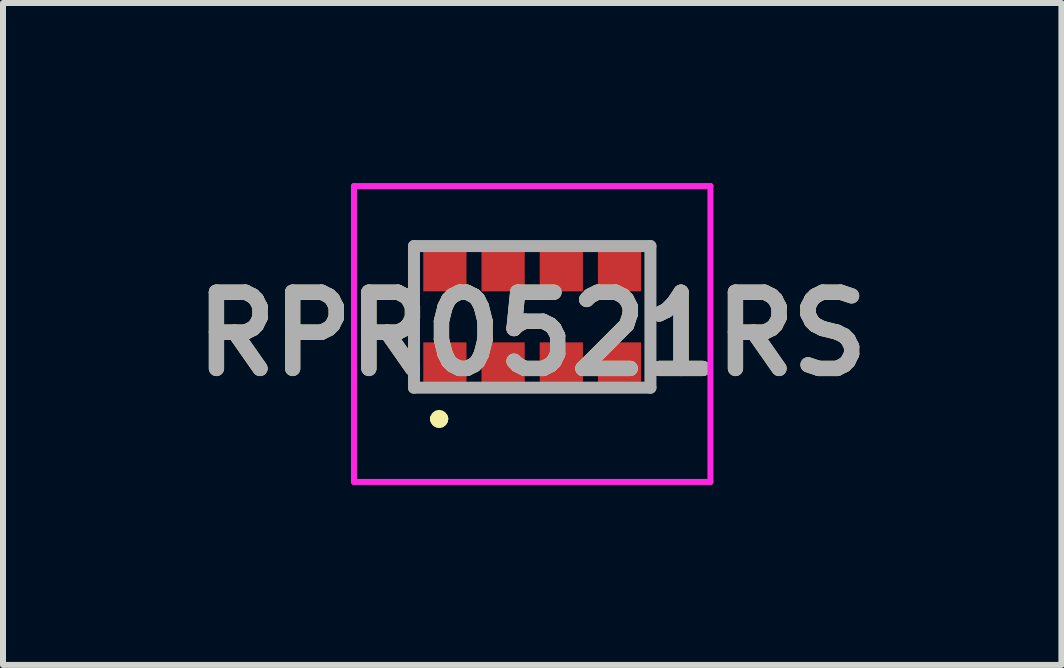
<source format=kicad_pcb>
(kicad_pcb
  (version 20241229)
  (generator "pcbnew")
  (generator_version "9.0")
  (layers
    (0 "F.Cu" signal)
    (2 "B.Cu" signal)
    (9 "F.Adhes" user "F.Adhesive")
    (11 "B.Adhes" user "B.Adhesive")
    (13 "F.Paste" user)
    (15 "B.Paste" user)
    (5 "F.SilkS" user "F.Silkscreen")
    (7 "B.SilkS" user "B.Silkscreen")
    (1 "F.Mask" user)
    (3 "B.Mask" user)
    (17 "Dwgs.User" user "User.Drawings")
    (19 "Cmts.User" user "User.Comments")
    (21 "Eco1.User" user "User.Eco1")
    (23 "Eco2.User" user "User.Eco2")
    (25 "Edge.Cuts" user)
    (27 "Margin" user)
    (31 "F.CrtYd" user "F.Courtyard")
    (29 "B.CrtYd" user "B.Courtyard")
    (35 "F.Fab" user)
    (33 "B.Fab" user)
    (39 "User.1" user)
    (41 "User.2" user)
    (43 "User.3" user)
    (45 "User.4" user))
  (footprint "RPR0521RS"
    (layer "F.Cu")
    (at 5.818 2.23)
    (property "Reference" "RPR0521RS" (at 0 0.285 0) (layer "F.SilkS") (effects (font (size 1.27 1.27) (thickness 0.254))))
    (attr smd)
    (fp_line (start -1.6 1.7) (end -1.6 1.7) (stroke (width 0.2) (type solid)) (layer "F.SilkS"))
    (fp_line (start -1.6 1.7) (end -1.6 1.7) (stroke (width 0.2) (type solid)) (layer "F.SilkS"))
    (fp_line (start -1.5 1.7) (end -1.5 1.7) (stroke (width 0.2) (type solid)) (layer "F.SilkS"))
    (fp_arc (start -1.6 1.7) (mid -1.55 1.65) (end -1.5 1.7) (stroke (width 0.2) (type solid)) (layer "F.SilkS"))
    (fp_arc (start -1.5 1.7) (mid -1.55 1.75) (end -1.6 1.7) (stroke (width 0.2) (type solid)) (layer "F.SilkS"))
    (fp_arc (start -1.5 1.7) (mid -1.55 1.75) (end -1.6 1.7) (stroke (width 0.2) (type solid)) (layer "F.SilkS"))
    (fp_line (start -2.97 -2.18) (end 2.97 -2.18) (stroke (width 0.1) (type solid)) (layer "F.CrtYd"))
    (fp_line (start -2.97 2.75) (end -2.97 -2.18) (stroke (width 0.1) (type solid)) (layer "F.CrtYd"))
    (fp_line (start 2.97 -2.18) (end 2.97 2.75) (stroke (width 0.1) (type solid)) (layer "F.CrtYd"))
    (fp_line (start 2.97 2.75) (end -2.97 2.75) (stroke (width 0.1) (type solid)) (layer "F.CrtYd"))
    (fp_line (start -1.97 -1.18) (end -1.97 1.18) (stroke (width 0.2) (type solid)) (layer "F.Fab"))
    (fp_line (start -1.97 1.18) (end 1.97 1.18) (stroke (width 0.2) (type solid)) (layer "F.Fab"))
    (fp_line (start 1.97 -1.18) (end -1.97 -1.18) (stroke (width 0.2) (type solid)) (layer "F.Fab"))
    (fp_line (start 1.97 1.18) (end 1.97 -1.18) (stroke (width 0.2) (type solid)) (layer "F.Fab"))
    (fp_text user "${REFERENCE}" (at 0 0.285 0) (layer "F.Fab") (effects (font (size 1.27 1.27) (thickness 0.254))))
    (pad "1" smd rect (at -1.455 0.775 90) (size 0.7 0.72) (layers "F.Cu" "F.Mask" "F.Paste"))
    (pad "2" smd rect (at -0.485 0.775 90) (size 0.7 0.72) (layers "F.Cu" "F.Mask" "F.Paste"))
    (pad "3" smd rect (at 0.485 0.775 90) (size 0.7 0.72) (layers "F.Cu" "F.Mask" "F.Paste"))
    (pad "4" smd rect (at 1.455 0.775 90) (size 0.7 0.72) (layers "F.Cu" "F.Mask" "F.Paste"))
    (pad "5" smd rect (at 1.455 -0.775 90) (size 0.7 0.72) (layers "F.Cu" "F.Mask" "F.Paste"))
    (pad "6" smd rect (at 0.485 -0.775 90) (size 0.7 0.72) (layers "F.Cu" "F.Mask" "F.Paste"))
    (pad "7" smd rect (at -0.485 -0.775 90) (size 0.7 0.72) (layers "F.Cu" "F.Mask" "F.Paste"))
    (pad "8" smd rect (at -1.455 -0.775 90) (size 0.7 0.72) (layers "F.Cu" "F.Mask" "F.Paste")))
  (gr_rect
    (start -3 -3)
    (end 14.636 8.03)
    (stroke (width 0.1) (type default))
    (fill no)
    (layer "Edge.Cuts")))
</source>
